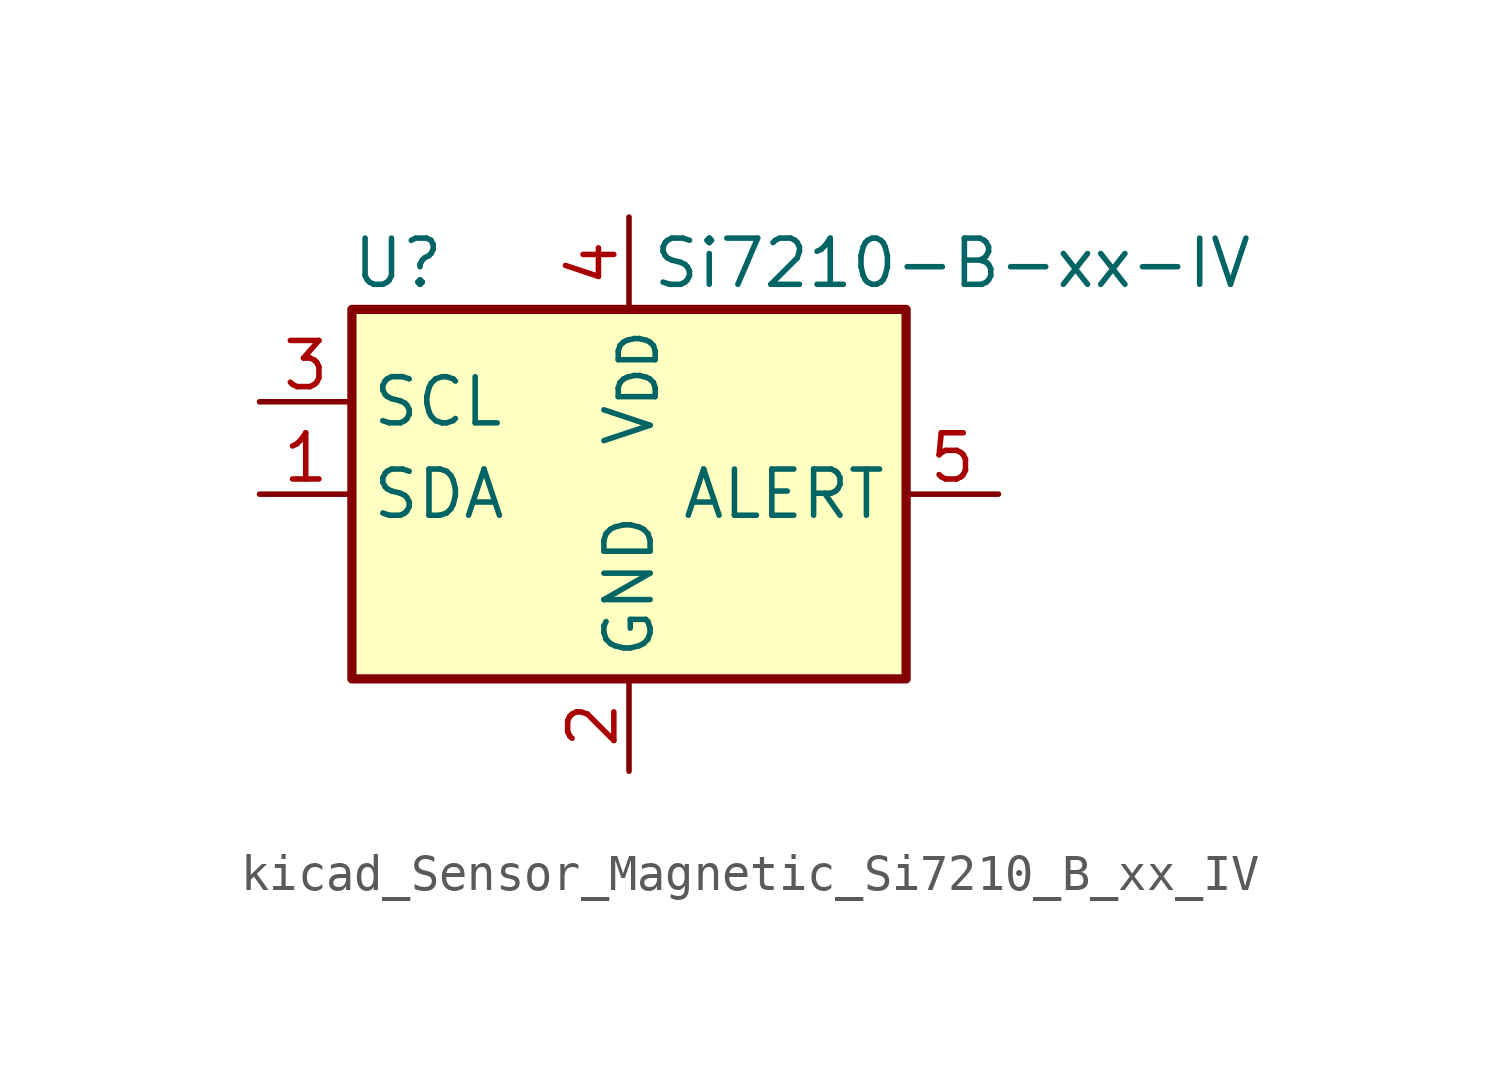
<source format=kicad_sym>
(kicad_symbol_lib
  (version 20220914)
  (generator kicad_symbol_editor)
  (symbol "kicad_Sensor_Magnetic_Si7210_B_xx_IV"
    (property "Reference" "U"
      (at -6.35 6.35 0)
      (effects (font (size 1.27 1.27))))
    (property "Value" "Si7210-B-xx-IV"
      (at 8.89 6.35 0)
      (effects (font (size 1.27 1.27))))
    (symbol "kicad_Sensor_Magnetic_Si7210_B_xx_IV_0_1"
      (rectangle (start -7.62 5.08) (end 7.62 -5.08) (stroke (width 0.254) (type default)) (fill (type background))))
    (symbol "kicad_Sensor_Magnetic_Si7210_B_xx_IV_1_1"
      (pin bidirectional line (at -10.16 0 0) (length 2.54) (name "SDA" (effects (font (size 1.27 1.27)))) (number "1" (effects (font (size 1.27 1.27)))))
      (pin power_in line (at 0 -7.62 90) (length 2.54) (name "GND" (effects (font (size 1.27 1.27)))) (number "2" (effects (font (size 1.27 1.27)))))
      (pin input line (at -10.16 2.54 0) (length 2.54) (name "SCL" (effects (font (size 1.27 1.27)))) (number "3" (effects (font (size 1.27 1.27)))))
      (pin power_in line (at 0 7.62 270) (length 2.54) (name "V_{DD}" (effects (font (size 1.27 1.27)))) (number "4" (effects (font (size 1.27 1.27)))))
      (pin output line (at 10.16 0 180) (length 2.54) (name "ALERT" (effects (font (size 1.27 1.27)))) (number "5" (effects (font (size 1.27 1.27))))))))
</source>
